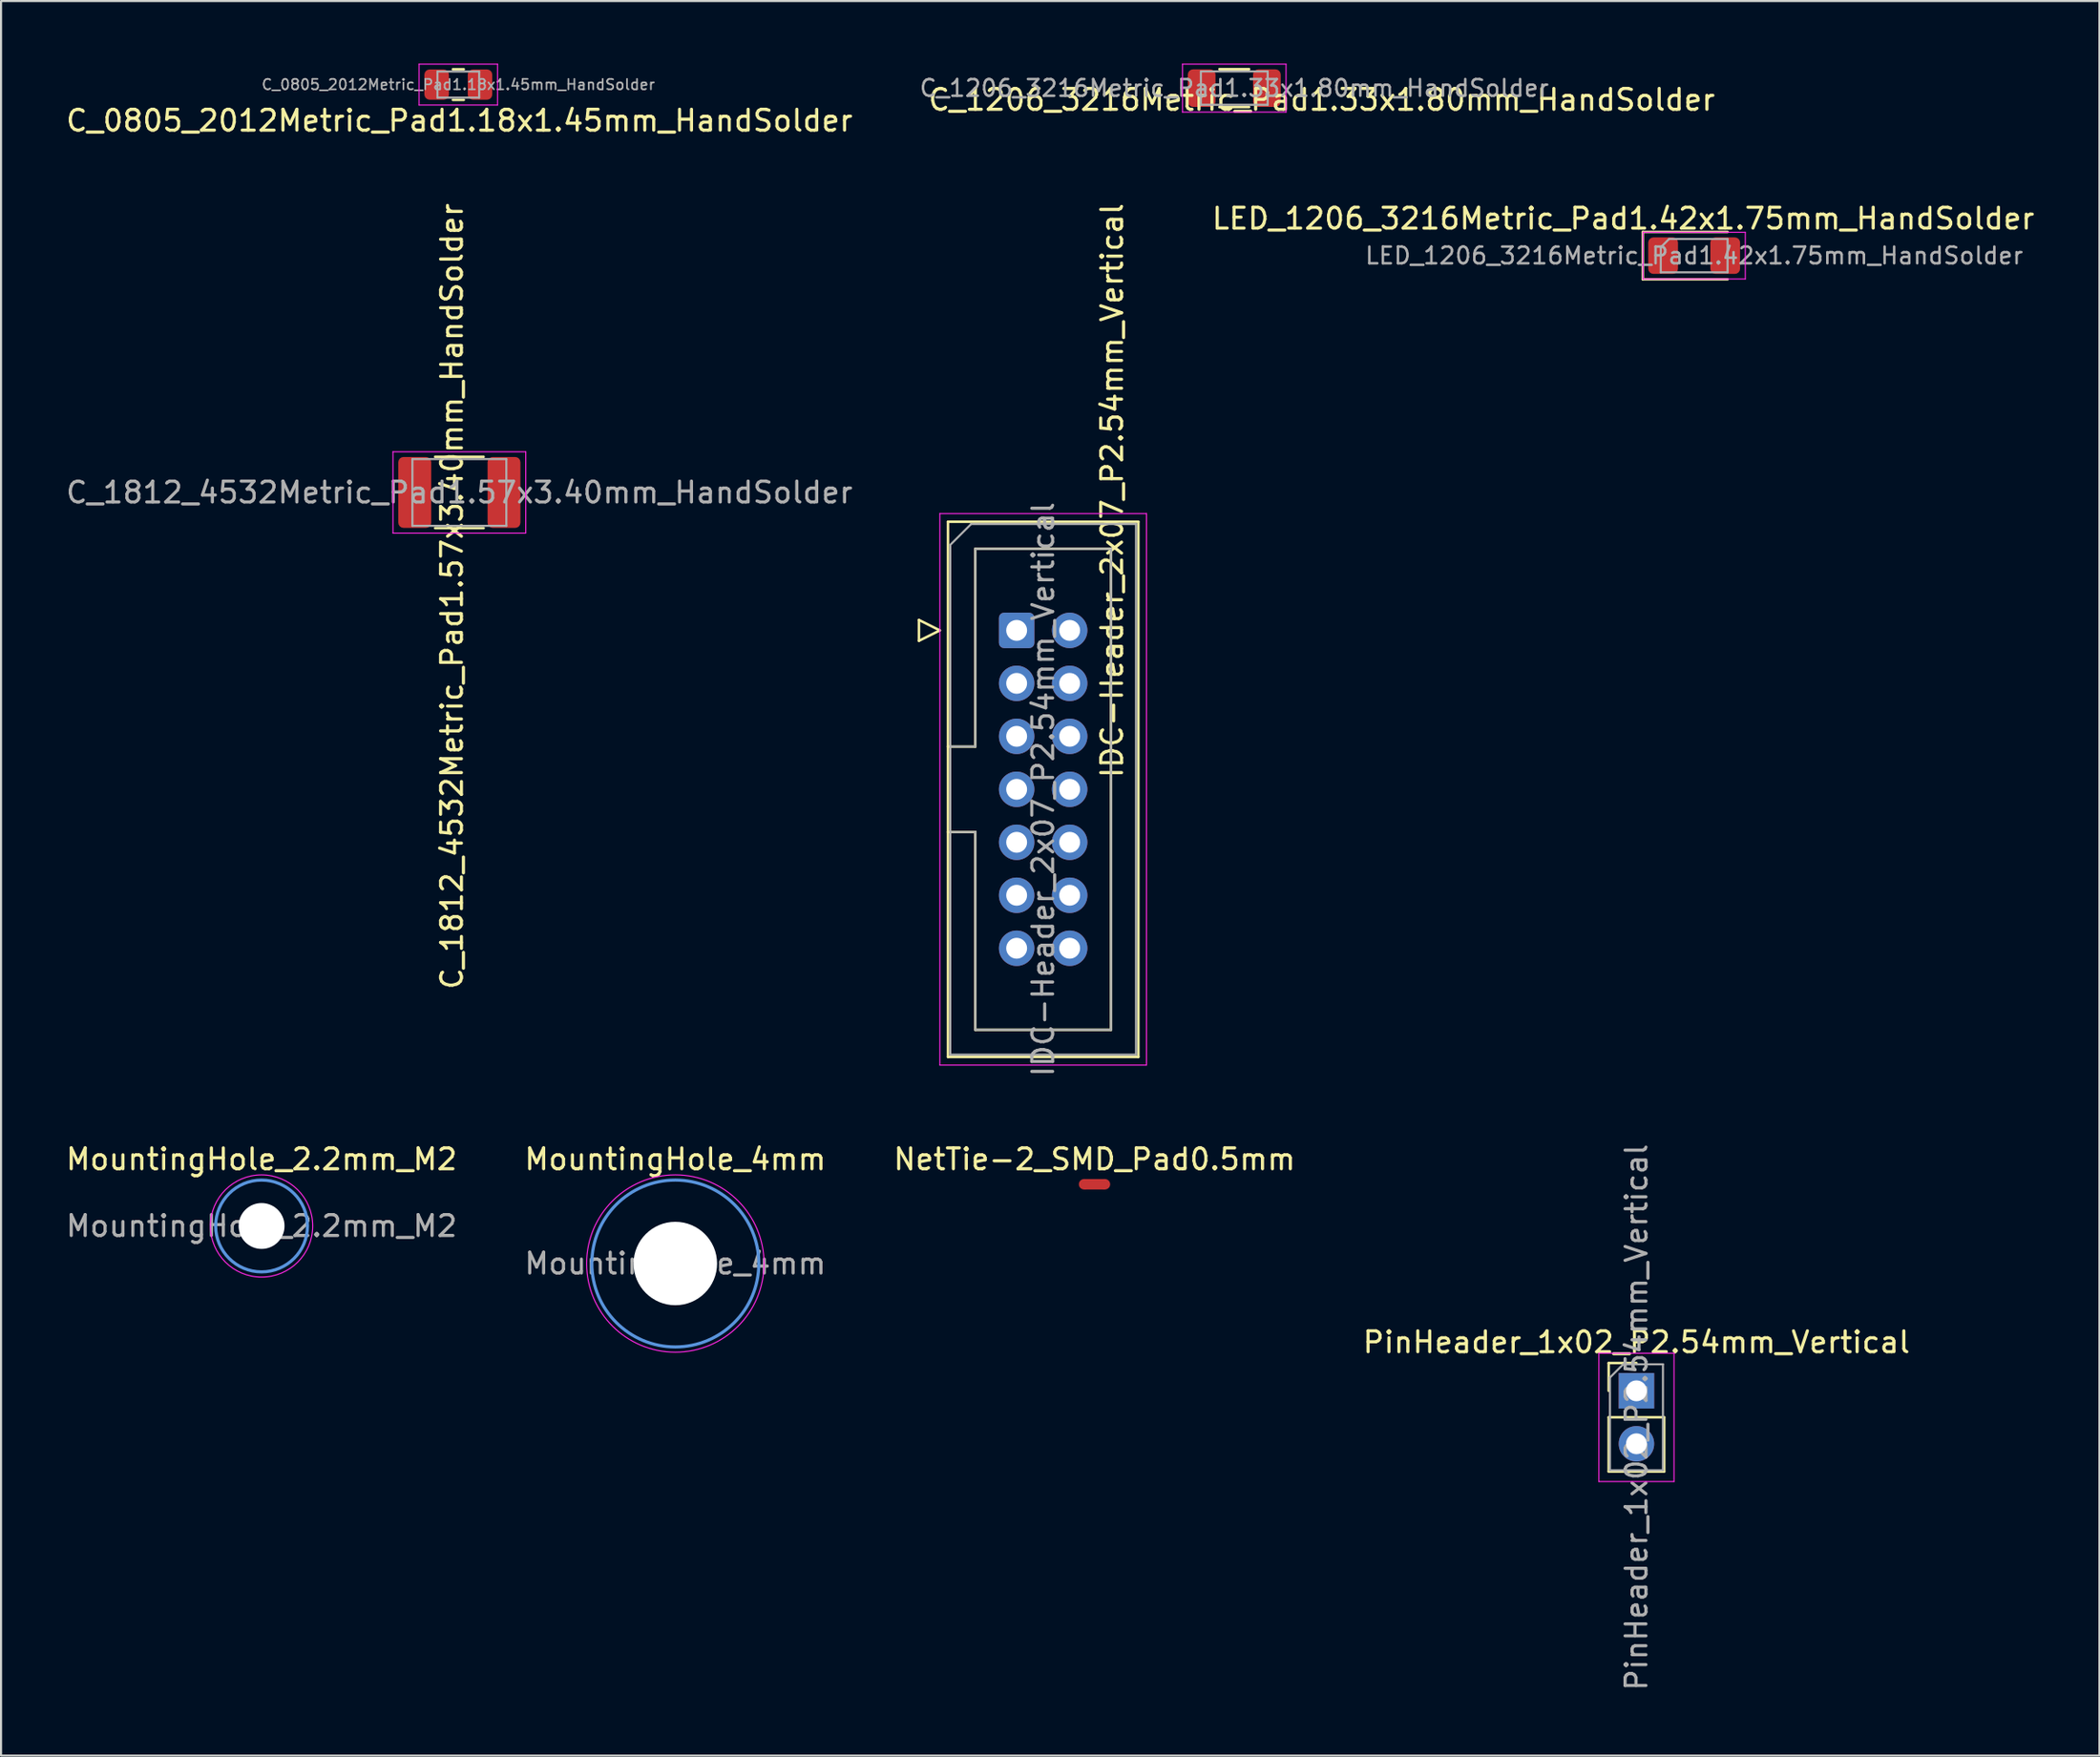
<source format=kicad_pcb>
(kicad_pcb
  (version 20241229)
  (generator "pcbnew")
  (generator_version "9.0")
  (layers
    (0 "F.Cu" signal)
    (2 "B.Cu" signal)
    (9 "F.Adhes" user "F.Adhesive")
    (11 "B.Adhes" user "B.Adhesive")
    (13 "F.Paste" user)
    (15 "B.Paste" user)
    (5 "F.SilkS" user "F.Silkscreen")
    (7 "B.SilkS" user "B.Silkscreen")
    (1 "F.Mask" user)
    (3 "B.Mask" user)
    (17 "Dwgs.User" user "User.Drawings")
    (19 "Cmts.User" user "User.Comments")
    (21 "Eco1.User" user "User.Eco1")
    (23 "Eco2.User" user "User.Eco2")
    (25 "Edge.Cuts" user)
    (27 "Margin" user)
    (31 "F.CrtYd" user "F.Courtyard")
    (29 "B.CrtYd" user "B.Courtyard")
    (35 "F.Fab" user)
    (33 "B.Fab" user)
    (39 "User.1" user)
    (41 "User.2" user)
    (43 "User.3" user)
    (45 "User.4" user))
  (footprint "LED_1206_3216Metric_Pad1.42x1.75mm_HandSolder"
    (layer "F.Cu")
    (at 78.116 9.207)
    (property "Reference" "LED_1206_3216Metric_Pad1.42x1.75mm_HandSolder" (at -3.399 -1.778 0) (layer "F.SilkS") (effects (font (size 1 1) (thickness 0.15))))
    (attr smd)
    (fp_line (start -2.46 -1.135) (end -2.46 1.135) (stroke (width 0.12) (type solid)) (layer "F.SilkS"))
    (fp_line (start -2.46 1.135) (end 1.6 1.135) (stroke (width 0.12) (type solid)) (layer "F.SilkS"))
    (fp_line (start 1.6 -1.135) (end -2.46 -1.135) (stroke (width 0.12) (type solid)) (layer "F.SilkS"))
    (fp_line (start -2.45 -1.12) (end 2.45 -1.12) (stroke (width 0.05) (type solid)) (layer "F.CrtYd"))
    (fp_line (start -2.45 1.12) (end -2.45 -1.12) (stroke (width 0.05) (type solid)) (layer "F.CrtYd"))
    (fp_line (start 2.45 -1.12) (end 2.45 1.12) (stroke (width 0.05) (type solid)) (layer "F.CrtYd"))
    (fp_line (start 2.45 1.12) (end -2.45 1.12) (stroke (width 0.05) (type solid)) (layer "F.CrtYd"))
    (fp_line (start -1.6 -0.4) (end -1.6 0.8) (stroke (width 0.1) (type solid)) (layer "F.Fab"))
    (fp_line (start -1.6 0.8) (end 1.6 0.8) (stroke (width 0.1) (type solid)) (layer "F.Fab"))
    (fp_line (start -1.2 -0.8) (end -1.6 -0.4) (stroke (width 0.1) (type solid)) (layer "F.Fab"))
    (fp_line (start 1.6 -0.8) (end -1.2 -0.8) (stroke (width 0.1) (type solid)) (layer "F.Fab"))
    (fp_line (start 1.6 0.8) (end 1.6 -0.8) (stroke (width 0.1) (type solid)) (layer "F.Fab"))
    (fp_text user "${REFERENCE}" (at 0 0 0) (layer "F.Fab") (effects (font (size 0.8 0.8) (thickness 0.12))))
    (pad "1" smd roundrect (at -1.488 0) (size 1.425 1.75) (layers "F.Cu" "F.Mask" "F.Paste") (roundrect_rratio 0.175))
    (pad "2" smd roundrect (at 1.488 0) (size 1.425 1.75) (layers "F.Cu" "F.Mask" "F.Paste") (roundrect_rratio 0.175)))
  (footprint "C_0805_2012Metric_Pad1.18x1.45mm_HandSolder"
    (layer "F.Cu")
    (at 18.908 1.005)
    (property "Reference" "C_0805_2012Metric_Pad1.18x1.45mm_HandSolder" (at 0.051 1.727 0) (layer "F.SilkS") (effects (font (size 1 1) (thickness 0.15))))
    (attr smd)
    (fp_line (start -0.261 -0.735) (end 0.261 -0.735) (stroke (width 0.12) (type solid)) (layer "F.SilkS"))
    (fp_line (start -0.261 0.735) (end 0.261 0.735) (stroke (width 0.12) (type solid)) (layer "F.SilkS"))
    (fp_line (start -1.88 -0.98) (end 1.88 -0.98) (stroke (width 0.05) (type solid)) (layer "F.CrtYd"))
    (fp_line (start -1.88 0.98) (end -1.88 -0.98) (stroke (width 0.05) (type solid)) (layer "F.CrtYd"))
    (fp_line (start 1.88 -0.98) (end 1.88 0.98) (stroke (width 0.05) (type solid)) (layer "F.CrtYd"))
    (fp_line (start 1.88 0.98) (end -1.88 0.98) (stroke (width 0.05) (type solid)) (layer "F.CrtYd"))
    (fp_line (start -1 -0.625) (end 1 -0.625) (stroke (width 0.1) (type solid)) (layer "F.Fab"))
    (fp_line (start -1 0.625) (end -1 -0.625) (stroke (width 0.1) (type solid)) (layer "F.Fab"))
    (fp_line (start 1 -0.625) (end 1 0.625) (stroke (width 0.1) (type solid)) (layer "F.Fab"))
    (fp_line (start 1 0.625) (end -1 0.625) (stroke (width 0.1) (type solid)) (layer "F.Fab"))
    (fp_text user "${REFERENCE}" (at 0 0 0) (layer "F.Fab") (effects (font (size 0.5 0.5) (thickness 0.08))))
    (pad "1" smd roundrect (at -1.038 0 180) (size 1.175 1.45) (layers "F.Cu" "F.Mask" "F.Paste") (roundrect_rratio 0.213))
    (pad "2" smd roundrect (at 1.038 0 180) (size 1.175 1.45) (layers "F.Cu" "F.Mask" "F.Paste") (roundrect_rratio 0.213)))
  (footprint "MountingHole_4mm"
    (layer "F.Cu")
    (at 29.304 57.528)
    (property "Reference" "MountingHole_4mm" (at 0 -5 0) (layer "F.SilkS") (effects (font (size 1 1) (thickness 0.15))))
    (attr exclude_from_pos_files)
    (fp_circle (center 0 0) (end 4 0) (stroke (width 0.15) (type solid)) (fill no) (layer "Cmts.User"))
    (fp_circle (center 0 0) (end 4.25 0) (stroke (width 0.05) (type solid)) (fill no) (layer "F.CrtYd"))
    (fp_text user "${REFERENCE}" (at 0 0 0) (layer "F.Fab") (effects (font (size 1 1) (thickness 0.15))))
    (pad "" np_thru_hole circle (at 0 0) (size 4 4) (drill 4) (layers "*.Cu" "*.Mask")))
  (footprint "C_1206_3216Metric_Pad1.33x1.80mm_HandSolder"
    (layer "F.Cu")
    (at 56.083 1.175)
    (property "Reference" "C_1206_3216Metric_Pad1.33x1.80mm_HandSolder" (at 4.191 0.559 0) (layer "F.SilkS") (effects (font (size 1 1) (thickness 0.15))))
    (attr smd)
    (fp_line (start -0.711 -0.91) (end 0.711 -0.91) (stroke (width 0.12) (type solid)) (layer "F.SilkS"))
    (fp_line (start -0.711 0.91) (end 0.711 0.91) (stroke (width 0.12) (type solid)) (layer "F.SilkS"))
    (fp_line (start -2.48 -1.15) (end 2.48 -1.15) (stroke (width 0.05) (type solid)) (layer "F.CrtYd"))
    (fp_line (start -2.48 1.15) (end -2.48 -1.15) (stroke (width 0.05) (type solid)) (layer "F.CrtYd"))
    (fp_line (start 2.48 -1.15) (end 2.48 1.15) (stroke (width 0.05) (type solid)) (layer "F.CrtYd"))
    (fp_line (start 2.48 1.15) (end -2.48 1.15) (stroke (width 0.05) (type solid)) (layer "F.CrtYd"))
    (fp_line (start -1.6 -0.8) (end 1.6 -0.8) (stroke (width 0.1) (type solid)) (layer "F.Fab"))
    (fp_line (start -1.6 0.8) (end -1.6 -0.8) (stroke (width 0.1) (type solid)) (layer "F.Fab"))
    (fp_line (start 1.6 -0.8) (end 1.6 0.8) (stroke (width 0.1) (type solid)) (layer "F.Fab"))
    (fp_line (start 1.6 0.8) (end -1.6 0.8) (stroke (width 0.1) (type solid)) (layer "F.Fab"))
    (fp_text user "${REFERENCE}" (at 0 0 0) (layer "F.Fab") (effects (font (size 0.8 0.8) (thickness 0.12))))
    (pad "1" smd roundrect (at -1.562 0) (size 1.325 1.8) (layers "F.Cu" "F.Mask" "F.Paste") (roundrect_rratio 0.189))
    (pad "2" smd roundrect (at 1.562 0) (size 1.325 1.8) (layers "F.Cu" "F.Mask" "F.Paste") (roundrect_rratio 0.189)))
  (footprint "NetTie-2_SMD_Pad0.5mm"
    (layer "F.Cu")
    (at 49.387 53.728)
    (property "Reference" "NetTie-2_SMD_Pad0.5mm" (at 0 -1.2 0) (layer "F.SilkS") (effects (font (size 1 1) (thickness 0.15))))
    (attr exclude_from_pos_files exclude_from_bom)
    (fp_poly (pts (xy -0.5 -0.25) (xy 0.5 -0.25) (xy 0.5 0.25) (xy -0.5 0.25)) (stroke (width 0) (type solid)) (fill yes) (layer "F.Cu"))
    (pad "1" smd circle (at -0.5 0 180) (size 0.5 0.5) (layers "F.Cu"))
    (pad "2" smd circle (at 0.5 0 180) (size 0.5 0.5) (layers "F.Cu")))
  (footprint "MountingHole_2.2mm_M2"
    (layer "F.Cu")
    (at 9.482 55.728)
    (property "Reference" "MountingHole_2.2mm_M2" (at 0 -3.2 0) (layer "F.SilkS") (effects (font (size 1 1) (thickness 0.15))))
    (attr exclude_from_pos_files)
    (fp_circle (center 0 0) (end 2.2 0) (stroke (width 0.15) (type solid)) (fill no) (layer "Cmts.User"))
    (fp_circle (center 0 0) (end 2.45 0) (stroke (width 0.05) (type solid)) (fill no) (layer "F.CrtYd"))
    (fp_text user "${REFERENCE}" (at 0 0 0) (layer "F.Fab") (effects (font (size 1 1) (thickness 0.15))))
    (pad "" np_thru_hole circle (at 0 0) (size 2.2 2.2) (drill 2.2) (layers "*.Cu" "*.Mask")))
  (footprint "PinHeader_1x02_P2.54mm_Vertical"
    (layer "F.Cu")
    (at 75.351 63.63)
    (property "Reference" "PinHeader_1x02_P2.54mm_Vertical" (at 0 -2.33 0) (layer "F.SilkS") (effects (font (size 1 1) (thickness 0.15))))
    (attr through_hole)
    (fp_line (start -1.33 -1.33) (end 0 -1.33) (stroke (width 0.12) (type solid)) (layer "F.SilkS"))
    (fp_line (start -1.33 0) (end -1.33 -1.33) (stroke (width 0.12) (type solid)) (layer "F.SilkS"))
    (fp_line (start -1.33 1.27) (end -1.33 3.87) (stroke (width 0.12) (type solid)) (layer "F.SilkS"))
    (fp_line (start -1.33 1.27) (end 1.33 1.27) (stroke (width 0.12) (type solid)) (layer "F.SilkS"))
    (fp_line (start -1.33 3.87) (end 1.33 3.87) (stroke (width 0.12) (type solid)) (layer "F.SilkS"))
    (fp_line (start 1.33 1.27) (end 1.33 3.87) (stroke (width 0.12) (type solid)) (layer "F.SilkS"))
    (fp_line (start -1.8 -1.8) (end -1.8 4.35) (stroke (width 0.05) (type solid)) (layer "F.CrtYd"))
    (fp_line (start -1.8 4.35) (end 1.8 4.35) (stroke (width 0.05) (type solid)) (layer "F.CrtYd"))
    (fp_line (start 1.8 -1.8) (end -1.8 -1.8) (stroke (width 0.05) (type solid)) (layer "F.CrtYd"))
    (fp_line (start 1.8 4.35) (end 1.8 -1.8) (stroke (width 0.05) (type solid)) (layer "F.CrtYd"))
    (fp_line (start -1.27 -0.635) (end -0.635 -1.27) (stroke (width 0.1) (type solid)) (layer "F.Fab"))
    (fp_line (start -1.27 3.81) (end -1.27 -0.635) (stroke (width 0.1) (type solid)) (layer "F.Fab"))
    (fp_line (start -0.635 -1.27) (end 1.27 -1.27) (stroke (width 0.1) (type solid)) (layer "F.Fab"))
    (fp_line (start 1.27 -1.27) (end 1.27 3.81) (stroke (width 0.1) (type solid)) (layer "F.Fab"))
    (fp_line (start 1.27 3.81) (end -1.27 3.81) (stroke (width 0.1) (type solid)) (layer "F.Fab"))
    (fp_text user "${REFERENCE}" (at 0 1.27 90) (layer "F.Fab") (effects (font (size 1 1) (thickness 0.15))))
    (pad "1" thru_hole rect (at 0 0) (size 1.7 1.7) (drill 1) (layers "*.Cu" "*.Mask"))
    (pad "2" thru_hole oval (at 0 2.54) (size 1.7 1.7) (drill 1) (layers "*.Cu" "*.Mask")))
  (footprint "IDC-Header_2x07_P2.54mm_Vertical"
    (layer "F.Cu")
    (at 45.657 27.173)
    (property "Reference" "IDC-Header_2x07_P2.54mm_Vertical" (at 4.572 -6.706 90) (layer "F.SilkS") (effects (font (size 1 1) (thickness 0.15))))
    (attr through_hole)
    (fp_line (start -4.68 -0.5) (end -4.68 0.5) (stroke (width 0.12) (type solid)) (layer "F.SilkS"))
    (fp_line (start -4.68 0.5) (end -3.68 0) (stroke (width 0.12) (type solid)) (layer "F.SilkS"))
    (fp_line (start -3.68 0) (end -4.68 -0.5) (stroke (width 0.12) (type solid)) (layer "F.SilkS"))
    (fp_line (start -3.29 -5.21) (end 5.83 -5.21) (stroke (width 0.12) (type solid)) (layer "F.SilkS"))
    (fp_line (start -3.29 5.57) (end -1.98 5.57) (stroke (width 0.12) (type solid)) (layer "F.SilkS"))
    (fp_line (start -3.29 20.45) (end -3.29 -5.21) (stroke (width 0.12) (type solid)) (layer "F.SilkS"))
    (fp_line (start -1.98 -3.91) (end 4.52 -3.91) (stroke (width 0.12) (type solid)) (layer "F.SilkS"))
    (fp_line (start -1.98 5.57) (end -1.98 -3.91) (stroke (width 0.12) (type solid)) (layer "F.SilkS"))
    (fp_line (start -1.98 9.67) (end -3.29 9.67) (stroke (width 0.12) (type solid)) (layer "F.SilkS"))
    (fp_line (start -1.98 9.67) (end -1.98 9.67) (stroke (width 0.12) (type solid)) (layer "F.SilkS"))
    (fp_line (start -1.98 19.15) (end -1.98 9.67) (stroke (width 0.12) (type solid)) (layer "F.SilkS"))
    (fp_line (start 4.52 -3.91) (end 4.52 19.15) (stroke (width 0.12) (type solid)) (layer "F.SilkS"))
    (fp_line (start 4.52 19.15) (end -1.98 19.15) (stroke (width 0.12) (type solid)) (layer "F.SilkS"))
    (fp_line (start 5.83 -5.21) (end 5.83 20.45) (stroke (width 0.12) (type solid)) (layer "F.SilkS"))
    (fp_line (start 5.83 20.45) (end -3.29 20.45) (stroke (width 0.12) (type solid)) (layer "F.SilkS"))
    (fp_line (start -3.68 -5.6) (end -3.68 20.84) (stroke (width 0.05) (type solid)) (layer "F.CrtYd"))
    (fp_line (start -3.68 20.84) (end 6.22 20.84) (stroke (width 0.05) (type solid)) (layer "F.CrtYd"))
    (fp_line (start 6.22 -5.6) (end -3.68 -5.6) (stroke (width 0.05) (type solid)) (layer "F.CrtYd"))
    (fp_line (start 6.22 20.84) (end 6.22 -5.6) (stroke (width 0.05) (type solid)) (layer "F.CrtYd"))
    (fp_line (start -3.18 -4.1) (end -2.18 -5.1) (stroke (width 0.1) (type solid)) (layer "F.Fab"))
    (fp_line (start -3.18 5.57) (end -1.98 5.57) (stroke (width 0.1) (type solid)) (layer "F.Fab"))
    (fp_line (start -3.18 20.34) (end -3.18 -4.1) (stroke (width 0.1) (type solid)) (layer "F.Fab"))
    (fp_line (start -2.18 -5.1) (end 5.72 -5.1) (stroke (width 0.1) (type solid)) (layer "F.Fab"))
    (fp_line (start -1.98 -3.91) (end 4.52 -3.91) (stroke (width 0.1) (type solid)) (layer "F.Fab"))
    (fp_line (start -1.98 5.57) (end -1.98 -3.91) (stroke (width 0.1) (type solid)) (layer "F.Fab"))
    (fp_line (start -1.98 9.67) (end -3.18 9.67) (stroke (width 0.1) (type solid)) (layer "F.Fab"))
    (fp_line (start -1.98 9.67) (end -1.98 9.67) (stroke (width 0.1) (type solid)) (layer "F.Fab"))
    (fp_line (start -1.98 19.15) (end -1.98 9.67) (stroke (width 0.1) (type solid)) (layer "F.Fab"))
    (fp_line (start 4.52 -3.91) (end 4.52 19.15) (stroke (width 0.1) (type solid)) (layer "F.Fab"))
    (fp_line (start 4.52 19.15) (end -1.98 19.15) (stroke (width 0.1) (type solid)) (layer "F.Fab"))
    (fp_line (start 5.72 -5.1) (end 5.72 20.34) (stroke (width 0.1) (type solid)) (layer "F.Fab"))
    (fp_line (start 5.72 20.34) (end -3.18 20.34) (stroke (width 0.1) (type solid)) (layer "F.Fab"))
    (fp_text user "${REFERENCE}" (at 1.27 7.62 90) (layer "F.Fab") (effects (font (size 1 1) (thickness 0.15))))
    (pad "1" thru_hole roundrect (at 0 0) (size 1.7 1.7) (drill 1) (layers "*.Cu" "*.Mask") (roundrect_rratio 0.147))
    (pad "2" thru_hole circle (at 2.54 0) (size 1.7 1.7) (drill 1) (layers "*.Cu" "*.Mask"))
    (pad "3" thru_hole circle (at 0 2.54) (size 1.7 1.7) (drill 1) (layers "*.Cu" "*.Mask"))
    (pad "4" thru_hole circle (at 2.54 2.54) (size 1.7 1.7) (drill 1) (layers "*.Cu" "*.Mask"))
    (pad "5" thru_hole circle (at 0 5.08) (size 1.7 1.7) (drill 1) (layers "*.Cu" "*.Mask"))
    (pad "6" thru_hole circle (at 2.54 5.08) (size 1.7 1.7) (drill 1) (layers "*.Cu" "*.Mask"))
    (pad "7" thru_hole circle (at 0 7.62) (size 1.7 1.7) (drill 1) (layers "*.Cu" "*.Mask"))
    (pad "8" thru_hole circle (at 2.54 7.62) (size 1.7 1.7) (drill 1) (layers "*.Cu" "*.Mask"))
    (pad "9" thru_hole circle (at 0 10.16) (size 1.7 1.7) (drill 1) (layers "*.Cu" "*.Mask"))
    (pad "10" thru_hole circle (at 2.54 10.16) (size 1.7 1.7) (drill 1) (layers "*.Cu" "*.Mask"))
    (pad "11" thru_hole circle (at 0 12.7) (size 1.7 1.7) (drill 1) (layers "*.Cu" "*.Mask"))
    (pad "12" thru_hole circle (at 2.54 12.7) (size 1.7 1.7) (drill 1) (layers "*.Cu" "*.Mask"))
    (pad "13" thru_hole circle (at 0 15.24) (size 1.7 1.7) (drill 1) (layers "*.Cu" "*.Mask"))
    (pad "14" thru_hole circle (at 2.54 15.24) (size 1.7 1.7) (drill 1) (layers "*.Cu" "*.Mask")))
  (footprint "C_1812_4532Metric_Pad1.57x3.40mm_HandSolder"
    (layer "F.Cu")
    (at 18.958 20.56)
    (property "Reference" "C_1812_4532Metric_Pad1.57x3.40mm_HandSolder" (at -0.356 4.978 90) (layer "F.SilkS") (effects (font (size 1 1) (thickness 0.15))))
    (attr smd)
    (fp_line (start -1.161 -1.71) (end 1.161 -1.71) (stroke (width 0.12) (type solid)) (layer "F.SilkS"))
    (fp_line (start -1.161 1.71) (end 1.161 1.71) (stroke (width 0.12) (type solid)) (layer "F.SilkS"))
    (fp_line (start -3.18 -1.95) (end 3.18 -1.95) (stroke (width 0.05) (type solid)) (layer "F.CrtYd"))
    (fp_line (start -3.18 1.95) (end -3.18 -1.95) (stroke (width 0.05) (type solid)) (layer "F.CrtYd"))
    (fp_line (start 3.18 -1.95) (end 3.18 1.95) (stroke (width 0.05) (type solid)) (layer "F.CrtYd"))
    (fp_line (start 3.18 1.95) (end -3.18 1.95) (stroke (width 0.05) (type solid)) (layer "F.CrtYd"))
    (fp_line (start -2.25 -1.6) (end 2.25 -1.6) (stroke (width 0.1) (type solid)) (layer "F.Fab"))
    (fp_line (start -2.25 1.6) (end -2.25 -1.6) (stroke (width 0.1) (type solid)) (layer "F.Fab"))
    (fp_line (start 2.25 -1.6) (end 2.25 1.6) (stroke (width 0.1) (type solid)) (layer "F.Fab"))
    (fp_line (start 2.25 1.6) (end -2.25 1.6) (stroke (width 0.1) (type solid)) (layer "F.Fab"))
    (fp_text user "${REFERENCE}" (at 0 0 180) (layer "F.Fab") (effects (font (size 1 1) (thickness 0.15))))
    (pad "1" smd roundrect (at -2.138 0) (size 1.575 3.4) (layers "F.Cu" "F.Mask" "F.Paste") (roundrect_rratio 0.159))
    (pad "2" smd roundrect (at 2.138 0) (size 1.575 3.4) (layers "F.Cu" "F.Mask" "F.Paste") (roundrect_rratio 0.159)))
  (gr_rect
    (start -3 -3)
    (end 97.533 81.12)
    (stroke (width 0.1) (type default))
    (fill no)
    (layer "Edge.Cuts")))
</source>
